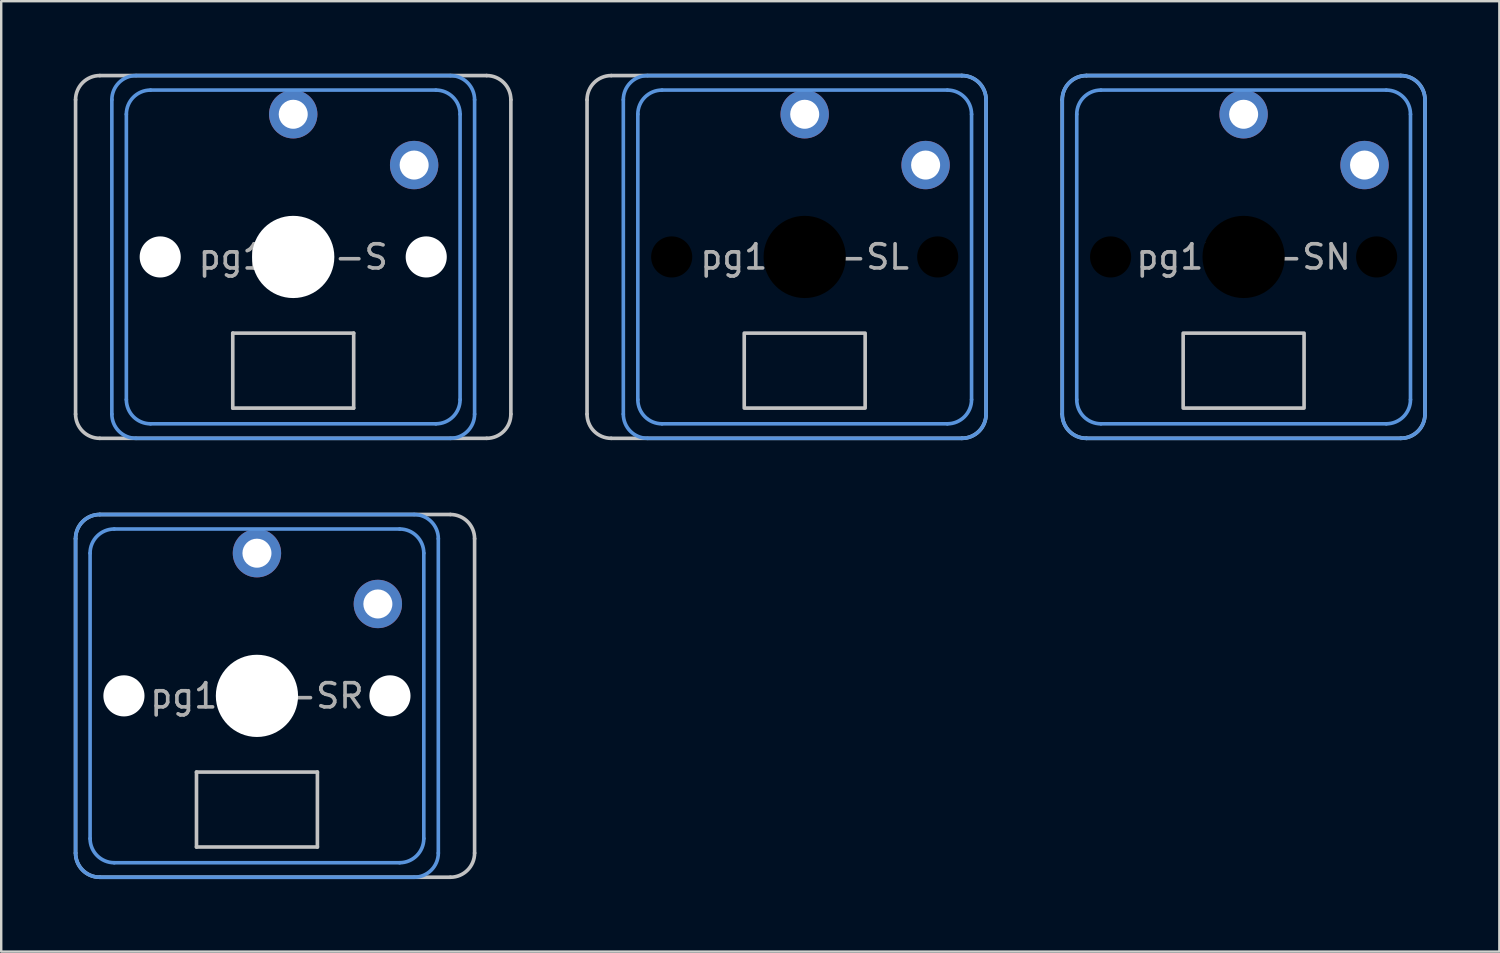
<source format=kicad_pcb>
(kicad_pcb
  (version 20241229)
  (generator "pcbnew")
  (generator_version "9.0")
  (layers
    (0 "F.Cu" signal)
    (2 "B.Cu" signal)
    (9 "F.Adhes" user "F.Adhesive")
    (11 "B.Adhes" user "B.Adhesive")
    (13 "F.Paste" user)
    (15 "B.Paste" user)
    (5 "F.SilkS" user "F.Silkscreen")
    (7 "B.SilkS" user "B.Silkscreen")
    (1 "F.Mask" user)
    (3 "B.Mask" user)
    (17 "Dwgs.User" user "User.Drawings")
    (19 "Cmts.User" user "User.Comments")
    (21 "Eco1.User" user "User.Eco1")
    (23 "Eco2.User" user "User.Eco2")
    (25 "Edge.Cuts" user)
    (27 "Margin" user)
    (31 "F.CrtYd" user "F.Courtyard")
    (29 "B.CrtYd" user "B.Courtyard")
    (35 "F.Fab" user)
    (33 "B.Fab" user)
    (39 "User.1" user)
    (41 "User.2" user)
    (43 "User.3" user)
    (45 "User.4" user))
  (footprint "pg1350-SN"
    (layer "F.Cu")
    (at 48.375 7.575)
    (property "Reference" "pg1350-SN" (at 0 0 0) (layer "F.Fab") (effects (font (size 1 1) (thickness 0.15))))
    (attr through_hole)
    (fp_line (start -7.5 6.5) (end -7.5 -6.5) (stroke (width 0.15) (type solid)) (layer "Dwgs.User"))
    (fp_line (start -6.5 -7.5) (end 6.5 -7.5) (stroke (width 0.15) (type solid)) (layer "Dwgs.User"))
    (fp_line (start 6.5 7.5) (end -6.5 7.5) (stroke (width 0.15) (type solid)) (layer "Dwgs.User"))
    (fp_line (start 7.5 -6.5) (end 7.5 6.5) (stroke (width 0.15) (type solid)) (layer "Dwgs.User"))
    (fp_rect (start 2.5 6.25) (end -2.5 3.15) (stroke (width 0.15) (type solid)) (fill no) (layer "Dwgs.User"))
    (fp_arc (start -7.5 -6.5) (mid -7.207107 -7.207107) (end -6.5 -7.5) (stroke (width 0.15) (type solid)) (layer "Dwgs.User"))
    (fp_arc (start -6.5 7.5) (mid -7.207107 7.207107) (end -7.5 6.5) (stroke (width 0.15) (type solid)) (layer "Dwgs.User"))
    (fp_arc (start 6.5 -7.5) (mid 7.207107 -7.207107) (end 7.5 -6.5) (stroke (width 0.15) (type solid)) (layer "Dwgs.User"))
    (fp_arc (start 7.5 6.5) (mid 7.207107 7.207107) (end 6.5 7.5) (stroke (width 0.15) (type solid)) (layer "Dwgs.User"))
    (fp_line (start -7.5 6.5) (end -7.5 -6.5) (stroke (width 0.15) (type solid)) (layer "Cmts.User"))
    (fp_line (start -6.9 5.9) (end -6.9 -5.9) (stroke (width 0.15) (type solid)) (layer "Cmts.User"))
    (fp_line (start -6.5 -7.5) (end 6.5 -7.5) (stroke (width 0.15) (type solid)) (layer "Cmts.User"))
    (fp_line (start -5.9 -6.9) (end 5.9 -6.9) (stroke (width 0.15) (type solid)) (layer "Cmts.User"))
    (fp_line (start 5.9 6.9) (end -5.9 6.9) (stroke (width 0.15) (type solid)) (layer "Cmts.User"))
    (fp_line (start 6.5 7.5) (end -6.5 7.5) (stroke (width 0.15) (type solid)) (layer "Cmts.User"))
    (fp_line (start 6.9 -5.9) (end 6.9 5.9) (stroke (width 0.15) (type solid)) (layer "Cmts.User"))
    (fp_line (start 7.5 -6.5) (end 7.5 6.5) (stroke (width 0.15) (type solid)) (layer "Cmts.User"))
    (fp_arc (start -7.5 -6.5) (mid -7.207107 -7.207107) (end -6.5 -7.5) (stroke (width 0.15) (type solid)) (layer "Cmts.User"))
    (fp_arc (start -6.9 -5.9) (mid -6.607107 -6.607107) (end -5.9 -6.9) (stroke (width 0.15) (type solid)) (layer "Cmts.User"))
    (fp_arc (start -6.5 7.5) (mid -7.207107 7.207107) (end -7.5 6.5) (stroke (width 0.15) (type solid)) (layer "Cmts.User"))
    (fp_arc (start -5.9 6.9) (mid -6.607107 6.607107) (end -6.9 5.9) (stroke (width 0.15) (type solid)) (layer "Cmts.User"))
    (fp_arc (start 5.9 -6.9) (mid 6.607107 -6.607107) (end 6.9 -5.9) (stroke (width 0.15) (type solid)) (layer "Cmts.User"))
    (fp_arc (start 6.5 -7.5) (mid 7.207107 -7.207107) (end 7.5 -6.5) (stroke (width 0.15) (type solid)) (layer "Cmts.User"))
    (fp_arc (start 6.9 5.9) (mid 6.607107 6.607107) (end 5.9 6.9) (stroke (width 0.15) (type solid)) (layer "Cmts.User"))
    (fp_arc (start 7.5 6.5) (mid 7.207107 7.207107) (end 6.5 7.5) (stroke (width 0.15) (type solid)) (layer "Cmts.User"))
    (pad "" np_thru_hole circle (at -5.5 0) (size 1.7 1.7) (drill 1.7) (layers "*.Mask"))
    (pad "" np_thru_hole circle (at 0 0) (size 3.4 3.4) (drill 3.4) (layers "*.Mask"))
    (pad "" np_thru_hole circle (at 5.5 0) (size 1.7 1.7) (drill 1.7) (layers "*.Mask"))
    (pad "1" thru_hole circle (at 0 -5.9) (size 2 2) (drill 1.2) (layers "*.Cu" "B.Mask"))
    (pad "2" thru_hole circle (at 5 -3.8) (size 2 2) (drill 1.2) (layers "*.Cu" "B.Mask")))
  (footprint "pg1350-SR"
    (layer "F.Cu")
    (at 7.575 25.725)
    (property "Reference" "pg1350-SR" (at 0 0 0) (layer "F.Fab") (effects (font (size 1 1) (thickness 0.15))))
    (attr through_hole)
    (fp_line (start -7.5 6.5) (end -7.5 -6.5) (stroke (width 0.15) (type solid)) (layer "Dwgs.User"))
    (fp_line (start -6.5 -7.5) (end 8 -7.5) (stroke (width 0.15) (type solid)) (layer "Dwgs.User"))
    (fp_line (start -2.5 3.15) (end -2.5 6.25) (stroke (width 0.15) (type solid)) (layer "Dwgs.User"))
    (fp_line (start -2.5 6.25) (end 2.5 6.25) (stroke (width 0.15) (type solid)) (layer "Dwgs.User"))
    (fp_line (start 2.5 3.15) (end -2.5 3.15) (stroke (width 0.15) (type solid)) (layer "Dwgs.User"))
    (fp_line (start 2.5 6.25) (end 2.5 3.15) (stroke (width 0.15) (type solid)) (layer "Dwgs.User"))
    (fp_line (start 8 7.5) (end -6.5 7.5) (stroke (width 0.15) (type solid)) (layer "Dwgs.User"))
    (fp_line (start 9 -6.5) (end 9 6.5) (stroke (width 0.15) (type solid)) (layer "Dwgs.User"))
    (fp_arc (start -7.5 -6.5) (mid -7.207107 -7.207107) (end -6.5 -7.5) (stroke (width 0.15) (type solid)) (layer "Dwgs.User"))
    (fp_arc (start -6.5 7.5) (mid -7.207107 7.207107) (end -7.5 6.5) (stroke (width 0.15) (type solid)) (layer "Dwgs.User"))
    (fp_arc (start 8 -7.5) (mid 8.707107 -7.207107) (end 9 -6.5) (stroke (width 0.15) (type solid)) (layer "Dwgs.User"))
    (fp_arc (start 9 6.5) (mid 8.707107 7.207107) (end 8 7.5) (stroke (width 0.15) (type solid)) (layer "Dwgs.User"))
    (fp_line (start -7.5 6.5) (end -7.5 -6.5) (stroke (width 0.15) (type solid)) (layer "Cmts.User"))
    (fp_line (start -6.9 5.9) (end -6.9 -5.9) (stroke (width 0.15) (type solid)) (layer "Cmts.User"))
    (fp_line (start -6.5 -7.5) (end 6.5 -7.5) (stroke (width 0.15) (type solid)) (layer "Cmts.User"))
    (fp_line (start -5.9 -6.9) (end 5.9 -6.9) (stroke (width 0.15) (type solid)) (layer "Cmts.User"))
    (fp_line (start 5.9 6.9) (end -5.9 6.9) (stroke (width 0.15) (type solid)) (layer "Cmts.User"))
    (fp_line (start 6.5 7.5) (end -6.5 7.5) (stroke (width 0.15) (type solid)) (layer "Cmts.User"))
    (fp_line (start 6.9 -5.9) (end 6.9 5.9) (stroke (width 0.15) (type solid)) (layer "Cmts.User"))
    (fp_line (start 7.5 -6.5) (end 7.5 6.5) (stroke (width 0.15) (type solid)) (layer "Cmts.User"))
    (fp_arc (start -7.5 -6.5) (mid -7.207107 -7.207107) (end -6.5 -7.5) (stroke (width 0.15) (type solid)) (layer "Cmts.User"))
    (fp_arc (start -6.9 -5.9) (mid -6.607107 -6.607107) (end -5.9 -6.9) (stroke (width 0.15) (type solid)) (layer "Cmts.User"))
    (fp_arc (start -6.5 7.5) (mid -7.207107 7.207107) (end -7.5 6.5) (stroke (width 0.15) (type solid)) (layer "Cmts.User"))
    (fp_arc (start -5.9 6.9) (mid -6.607107 6.607107) (end -6.9 5.9) (stroke (width 0.15) (type solid)) (layer "Cmts.User"))
    (fp_arc (start 5.9 -6.9) (mid 6.607107 -6.607107) (end 6.9 -5.9) (stroke (width 0.15) (type solid)) (layer "Cmts.User"))
    (fp_arc (start 6.5 -7.5) (mid 7.207107 -7.207107) (end 7.5 -6.5) (stroke (width 0.15) (type solid)) (layer "Cmts.User"))
    (fp_arc (start 6.9 5.9) (mid 6.607107 6.607107) (end 5.9 6.9) (stroke (width 0.15) (type solid)) (layer "Cmts.User"))
    (fp_arc (start 7.5 6.5) (mid 7.207107 7.207107) (end 6.5 7.5) (stroke (width 0.15) (type solid)) (layer "Cmts.User"))
    (pad "" np_thru_hole circle (at -5.5 0) (size 1.7 1.7) (drill 1.7) (layers "*.Cu" "*.Mask"))
    (pad "" np_thru_hole circle (at 0 0) (size 3.4 3.4) (drill 3.4) (layers "*.Cu" "*.Mask"))
    (pad "" np_thru_hole circle (at 5.5 0) (size 1.7 1.7) (drill 1.7) (layers "*.Cu" "*.Mask"))
    (pad "1" thru_hole circle (at 0 -5.9) (size 2 2) (drill 1.2) (layers "*.Cu" "B.Mask"))
    (pad "2" thru_hole circle (at 5 -3.8) (size 2 2) (drill 1.2) (layers "*.Cu" "B.Mask")))
  (footprint "pg1350-SL"
    (layer "F.Cu")
    (at 30.225 7.575)
    (property "Reference" "pg1350-SL" (at 0 0 0) (layer "F.Fab") (effects (font (size 1 1) (thickness 0.15))))
    (attr through_hole)
    (fp_line (start -9 6.5) (end -9 -6.5) (stroke (width 0.15) (type solid)) (layer "Dwgs.User"))
    (fp_line (start -8 -7.5) (end 6.5 -7.5) (stroke (width 0.15) (type solid)) (layer "Dwgs.User"))
    (fp_line (start 6.5 7.5) (end -8 7.5) (stroke (width 0.15) (type solid)) (layer "Dwgs.User"))
    (fp_line (start 7.5 -6.5) (end 7.5 6.5) (stroke (width 0.15) (type solid)) (layer "Dwgs.User"))
    (fp_rect (start 2.5 6.25) (end -2.5 3.15) (stroke (width 0.15) (type solid)) (fill no) (layer "Dwgs.User"))
    (fp_arc (start -9 -6.5) (mid -8.707107 -7.207107) (end -8 -7.5) (stroke (width 0.15) (type solid)) (layer "Dwgs.User"))
    (fp_arc (start -8 7.5) (mid -8.707107 7.207107) (end -9 6.5) (stroke (width 0.15) (type solid)) (layer "Dwgs.User"))
    (fp_arc (start 6.5 -7.5) (mid 7.207107 -7.207107) (end 7.5 -6.5) (stroke (width 0.15) (type solid)) (layer "Dwgs.User"))
    (fp_arc (start 7.5 6.5) (mid 7.207107 7.207107) (end 6.5 7.5) (stroke (width 0.15) (type solid)) (layer "Dwgs.User"))
    (fp_line (start -7.5 6.5) (end -7.5 -6.5) (stroke (width 0.15) (type solid)) (layer "Cmts.User"))
    (fp_line (start -6.9 5.9) (end -6.9 -5.9) (stroke (width 0.15) (type solid)) (layer "Cmts.User"))
    (fp_line (start -6.5 -7.5) (end 6.5 -7.5) (stroke (width 0.15) (type solid)) (layer "Cmts.User"))
    (fp_line (start -5.9 -6.9) (end 5.9 -6.9) (stroke (width 0.15) (type solid)) (layer "Cmts.User"))
    (fp_line (start 5.9 6.9) (end -5.9 6.9) (stroke (width 0.15) (type solid)) (layer "Cmts.User"))
    (fp_line (start 6.5 7.5) (end -6.5 7.5) (stroke (width 0.15) (type solid)) (layer "Cmts.User"))
    (fp_line (start 6.9 -5.9) (end 6.9 5.9) (stroke (width 0.15) (type solid)) (layer "Cmts.User"))
    (fp_line (start 7.5 -6.5) (end 7.5 6.5) (stroke (width 0.15) (type solid)) (layer "Cmts.User"))
    (fp_arc (start -7.5 -6.5) (mid -7.207107 -7.207107) (end -6.5 -7.5) (stroke (width 0.15) (type solid)) (layer "Cmts.User"))
    (fp_arc (start -6.9 -5.9) (mid -6.607107 -6.607107) (end -5.9 -6.9) (stroke (width 0.15) (type solid)) (layer "Cmts.User"))
    (fp_arc (start -6.5 7.5) (mid -7.207107 7.207107) (end -7.5 6.5) (stroke (width 0.15) (type solid)) (layer "Cmts.User"))
    (fp_arc (start -5.9 6.9) (mid -6.607107 6.607107) (end -6.9 5.9) (stroke (width 0.15) (type solid)) (layer "Cmts.User"))
    (fp_arc (start 5.9 -6.9) (mid 6.607107 -6.607107) (end 6.9 -5.9) (stroke (width 0.15) (type solid)) (layer "Cmts.User"))
    (fp_arc (start 6.5 -7.5) (mid 7.207107 -7.207107) (end 7.5 -6.5) (stroke (width 0.15) (type solid)) (layer "Cmts.User"))
    (fp_arc (start 6.9 5.9) (mid 6.607107 6.607107) (end 5.9 6.9) (stroke (width 0.15) (type solid)) (layer "Cmts.User"))
    (fp_arc (start 7.5 6.5) (mid 7.207107 7.207107) (end 6.5 7.5) (stroke (width 0.15) (type solid)) (layer "Cmts.User"))
    (pad "" np_thru_hole circle (at -5.5 0) (size 1.7 1.7) (drill 1.7) (layers "*.Mask"))
    (pad "" np_thru_hole circle (at 0 0) (size 3.4 3.4) (drill 3.4) (layers "*.Mask"))
    (pad "" np_thru_hole circle (at 5.5 0) (size 1.7 1.7) (drill 1.7) (layers "*.Mask"))
    (pad "1" thru_hole circle (at 0 -5.9) (size 2 2) (drill 1.2) (layers "*.Cu" "B.Mask"))
    (pad "2" thru_hole circle (at 5 -3.8) (size 2 2) (drill 1.2) (layers "*.Cu" "B.Mask")))
  (footprint "pg1350-S"
    (layer "F.Cu")
    (at 9.075 7.575)
    (property "Reference" "pg1350-S" (at 0 0 0) (layer "F.Fab") (effects (font (size 1 1) (thickness 0.15))))
    (attr through_hole)
    (fp_line (start -9 6.5) (end -9 -6.5) (stroke (width 0.15) (type solid)) (layer "Dwgs.User"))
    (fp_line (start -8 -7.5) (end 8 -7.5) (stroke (width 0.15) (type solid)) (layer "Dwgs.User"))
    (fp_line (start -2.5 3.15) (end -2.5 6.25) (stroke (width 0.15) (type solid)) (layer "Dwgs.User"))
    (fp_line (start -2.5 6.25) (end 2.5 6.25) (stroke (width 0.15) (type solid)) (layer "Dwgs.User"))
    (fp_line (start 2.5 3.15) (end -2.5 3.15) (stroke (width 0.15) (type solid)) (layer "Dwgs.User"))
    (fp_line (start 2.5 6.25) (end 2.5 3.15) (stroke (width 0.15) (type solid)) (layer "Dwgs.User"))
    (fp_line (start 8 7.5) (end -8 7.5) (stroke (width 0.15) (type solid)) (layer "Dwgs.User"))
    (fp_line (start 9 -6.5) (end 9 6.5) (stroke (width 0.15) (type solid)) (layer "Dwgs.User"))
    (fp_arc (start -9 -6.5) (mid -8.707107 -7.207107) (end -8 -7.5) (stroke (width 0.15) (type solid)) (layer "Dwgs.User"))
    (fp_arc (start -8 7.5) (mid -8.707107 7.207107) (end -9 6.5) (stroke (width 0.15) (type solid)) (layer "Dwgs.User"))
    (fp_arc (start 8 -7.5) (mid 8.707107 -7.207107) (end 9 -6.5) (stroke (width 0.15) (type solid)) (layer "Dwgs.User"))
    (fp_arc (start 9 6.5) (mid 8.707107 7.207107) (end 8 7.5) (stroke (width 0.15) (type solid)) (layer "Dwgs.User"))
    (fp_line (start -7.5 6.5) (end -7.5 -6.5) (stroke (width 0.15) (type solid)) (layer "Cmts.User"))
    (fp_line (start -6.9 5.9) (end -6.9 -5.9) (stroke (width 0.15) (type solid)) (layer "Cmts.User"))
    (fp_line (start -6.5 -7.5) (end 6.5 -7.5) (stroke (width 0.15) (type solid)) (layer "Cmts.User"))
    (fp_line (start -5.9 -6.9) (end 5.9 -6.9) (stroke (width 0.15) (type solid)) (layer "Cmts.User"))
    (fp_line (start 5.9 6.9) (end -5.9 6.9) (stroke (width 0.15) (type solid)) (layer "Cmts.User"))
    (fp_line (start 6.5 7.5) (end -6.5 7.5) (stroke (width 0.15) (type solid)) (layer "Cmts.User"))
    (fp_line (start 6.9 -5.9) (end 6.9 5.9) (stroke (width 0.15) (type solid)) (layer "Cmts.User"))
    (fp_line (start 7.5 -6.5) (end 7.5 6.5) (stroke (width 0.15) (type solid)) (layer "Cmts.User"))
    (fp_arc (start -7.5 -6.5) (mid -7.207107 -7.207107) (end -6.5 -7.5) (stroke (width 0.15) (type solid)) (layer "Cmts.User"))
    (fp_arc (start -6.9 -5.9) (mid -6.607107 -6.607107) (end -5.9 -6.9) (stroke (width 0.15) (type solid)) (layer "Cmts.User"))
    (fp_arc (start -6.5 7.5) (mid -7.207107 7.207107) (end -7.5 6.5) (stroke (width 0.15) (type solid)) (layer "Cmts.User"))
    (fp_arc (start -5.9 6.9) (mid -6.607107 6.607107) (end -6.9 5.9) (stroke (width 0.15) (type solid)) (layer "Cmts.User"))
    (fp_arc (start 5.9 -6.9) (mid 6.607107 -6.607107) (end 6.9 -5.9) (stroke (width 0.15) (type solid)) (layer "Cmts.User"))
    (fp_arc (start 6.5 -7.5) (mid 7.207107 -7.207107) (end 7.5 -6.5) (stroke (width 0.15) (type solid)) (layer "Cmts.User"))
    (fp_arc (start 6.9 5.9) (mid 6.607107 6.607107) (end 5.9 6.9) (stroke (width 0.15) (type solid)) (layer "Cmts.User"))
    (fp_arc (start 7.5 6.5) (mid 7.207107 7.207107) (end 6.5 7.5) (stroke (width 0.15) (type solid)) (layer "Cmts.User"))
    (pad "" np_thru_hole circle (at -5.5 0) (size 1.7 1.7) (drill 1.7) (layers "*.Cu" "*.Mask"))
    (pad "" np_thru_hole circle (at 0 0) (size 3.4 3.4) (drill 3.4) (layers "*.Cu" "*.Mask"))
    (pad "" np_thru_hole circle (at 5.5 0) (size 1.7 1.7) (drill 1.7) (layers "*.Cu" "*.Mask"))
    (pad "1" thru_hole circle (at 0 -5.9) (size 2 2) (drill 1.2) (layers "*.Cu" "B.Mask"))
    (pad "2" thru_hole circle (at 5 -3.8) (size 2 2) (drill 1.2) (layers "*.Cu" "B.Mask")))
  (gr_rect
    (start -3 -3)
    (end 58.95 36.3)
    (stroke (width 0.1) (type default))
    (fill no)
    (layer "Edge.Cuts")))
</source>
